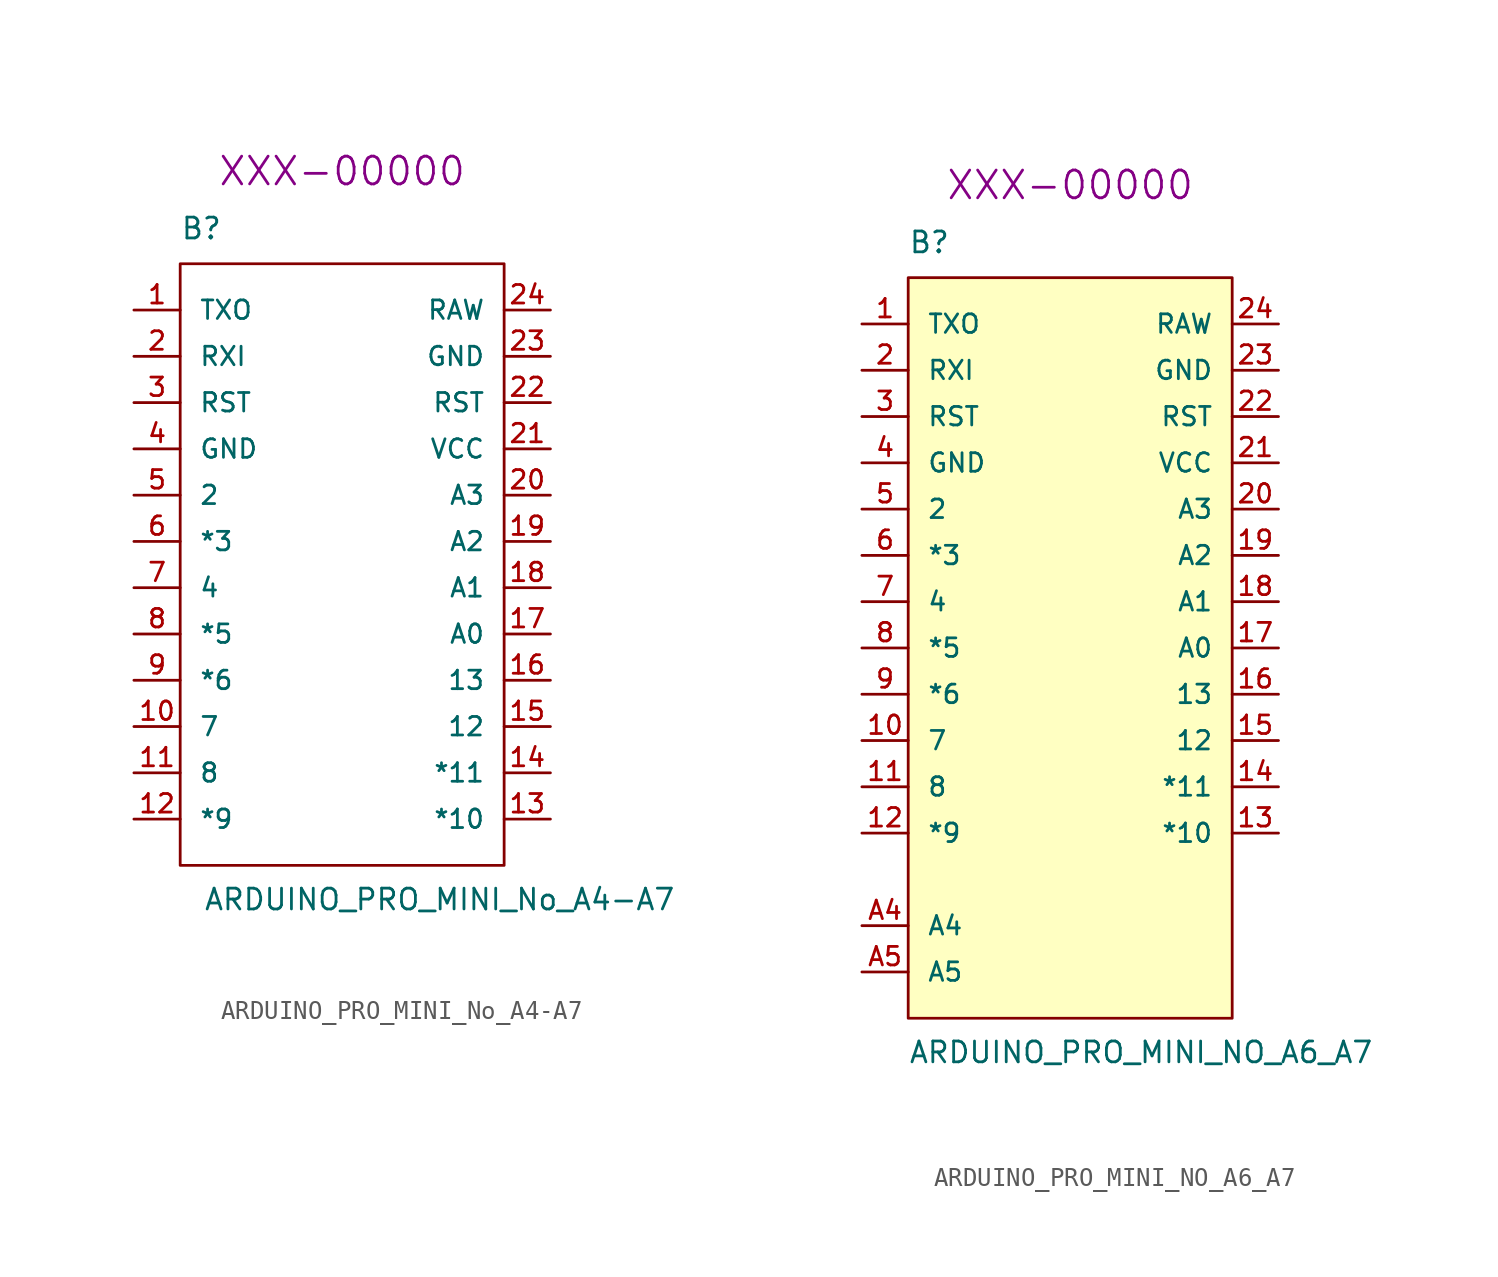
<source format=kicad_sym>
(kicad_symbol_lib
  (version 20211014)
  (generator kicad_symbol_editor)
  (symbol "ARDUINO_PRO_MINI_No_A4-A7"
    (pin_names
      (offset 1.016))
    (property "Reference" "B"
      (at -8.89 21.59 0)
      (effects (font (size 1.143 1.143)) (justify left bottom)))
    (property "Value" "ARDUINO_PRO_MINI_No_A4-A7"
      (at -7.62 -15.24 0)
      (effects (font (size 1.143 1.143)) (justify left bottom)))
    (property "Field4" "XXX-00000"
      (at 0 25.4 0)
      (effects (font (size 1.524 1.524))))
    (property "ki_locked" ""
      (at 0 0 0)
      (effects (font (size 1.27 1.27))))
    (symbol "ARDUINO_PRO_MINI_No_A4-A7_1_1"
      (rectangle (start -8.89 -12.7) (end 8.89 20.32) (stroke (width 0) (type default) (color 0 0 0 0)) (fill (type none)))
      (pin bidirectional line (at -11.43 17.78 0) (length 2.54) (name "TXO" (effects (font (size 1.016 1.016)))) (number "1" (effects (font (size 1.016 1.016)))))
      (pin bidirectional line (at -11.43 -5.08 0) (length 2.54) (name "7" (effects (font (size 1.016 1.016)))) (number "10" (effects (font (size 1.016 1.016)))))
      (pin bidirectional line (at -11.43 -7.62 0) (length 2.54) (name "8" (effects (font (size 1.016 1.016)))) (number "11" (effects (font (size 1.016 1.016)))))
      (pin bidirectional line (at -11.43 -10.16 0) (length 2.54) (name "*9" (effects (font (size 1.016 1.016)))) (number "12" (effects (font (size 1.016 1.016)))))
      (pin bidirectional line (at 11.43 -10.16 180) (length 2.54) (name "*10" (effects (font (size 1.016 1.016)))) (number "13" (effects (font (size 1.016 1.016)))))
      (pin bidirectional line (at 11.43 -7.62 180) (length 2.54) (name "*11" (effects (font (size 1.016 1.016)))) (number "14" (effects (font (size 1.016 1.016)))))
      (pin bidirectional line (at 11.43 -5.08 180) (length 2.54) (name "12" (effects (font (size 1.016 1.016)))) (number "15" (effects (font (size 1.016 1.016)))))
      (pin bidirectional line (at 11.43 -2.54 180) (length 2.54) (name "13" (effects (font (size 1.016 1.016)))) (number "16" (effects (font (size 1.016 1.016)))))
      (pin bidirectional line (at 11.43 0 180) (length 2.54) (name "A0" (effects (font (size 1.016 1.016)))) (number "17" (effects (font (size 1.016 1.016)))))
      (pin bidirectional line (at 11.43 2.54 180) (length 2.54) (name "A1" (effects (font (size 1.016 1.016)))) (number "18" (effects (font (size 1.016 1.016)))))
      (pin bidirectional line (at 11.43 5.08 180) (length 2.54) (name "A2" (effects (font (size 1.016 1.016)))) (number "19" (effects (font (size 1.016 1.016)))))
      (pin bidirectional line (at -11.43 15.24 0) (length 2.54) (name "RXI" (effects (font (size 1.016 1.016)))) (number "2" (effects (font (size 1.016 1.016)))))
      (pin bidirectional line (at 11.43 7.62 180) (length 2.54) (name "A3" (effects (font (size 1.016 1.016)))) (number "20" (effects (font (size 1.016 1.016)))))
      (pin power_in line (at 11.43 10.16 180) (length 2.54) (name "VCC" (effects (font (size 1.016 1.016)))) (number "21" (effects (font (size 1.016 1.016)))))
      (pin bidirectional line (at 11.43 12.7 180) (length 2.54) (name "RST" (effects (font (size 1.016 1.016)))) (number "22" (effects (font (size 1.016 1.016)))))
      (pin power_in line (at 11.43 15.24 180) (length 2.54) (name "GND" (effects (font (size 1.016 1.016)))) (number "23" (effects (font (size 1.016 1.016)))))
      (pin power_in line (at 11.43 17.78 180) (length 2.54) (name "RAW" (effects (font (size 1.016 1.016)))) (number "24" (effects (font (size 1.016 1.016)))))
      (pin bidirectional line (at -11.43 12.7 0) (length 2.54) (name "RST" (effects (font (size 1.016 1.016)))) (number "3" (effects (font (size 1.016 1.016)))))
      (pin power_in line (at -11.43 10.16 0) (length 2.54) (name "GND" (effects (font (size 1.016 1.016)))) (number "4" (effects (font (size 1.016 1.016)))))
      (pin bidirectional line (at -11.43 7.62 0) (length 2.54) (name "2" (effects (font (size 1.016 1.016)))) (number "5" (effects (font (size 1.016 1.016)))))
      (pin bidirectional line (at -11.43 5.08 0) (length 2.54) (name "*3" (effects (font (size 1.016 1.016)))) (number "6" (effects (font (size 1.016 1.016)))))
      (pin bidirectional line (at -11.43 2.54 0) (length 2.54) (name "4" (effects (font (size 1.016 1.016)))) (number "7" (effects (font (size 1.016 1.016)))))
      (pin bidirectional line (at -11.43 0 0) (length 2.54) (name "*5" (effects (font (size 1.016 1.016)))) (number "8" (effects (font (size 1.016 1.016)))))
      (pin bidirectional line (at -11.43 -2.54 0) (length 2.54) (name "*6" (effects (font (size 1.016 1.016)))) (number "9" (effects (font (size 1.016 1.016)))))))
  (symbol "ARDUINO_PRO_MINI_NO_A6_A7"
    (pin_names
      (offset 1.016))
    (property "Reference" "B"
      (at -8.89 21.59 0)
      (effects (font (size 1.143 1.143)) (justify left bottom)))
    (property "Value" "ARDUINO_PRO_MINI_NO_A6_A7"
      (at -8.89 -22.86 0)
      (effects (font (size 1.143 1.143)) (justify left bottom)))
    (property "Field4" "XXX-00000"
      (at 0 25.4 0)
      (effects (font (size 1.524 1.524))))
    (property "ki_locked" ""
      (at 0 0 0)
      (effects (font (size 1.27 1.27))))
    (symbol "ARDUINO_PRO_MINI_NO_A6_A7_1_1"
      (polyline (pts (xy -8.89 20.32) (xy -8.89 -20.32) (xy 8.89 -20.32) (xy 8.89 20.32) (xy -8.89 20.32)) (stroke (width 0) (type default) (color 0 0 0 0)) (fill (type background)))
      (pin bidirectional line (at -11.43 17.78 0) (length 2.54) (name "TXO" (effects (font (size 1.016 1.016)))) (number "1" (effects (font (size 1.016 1.016)))))
      (pin bidirectional line (at -11.43 -5.08 0) (length 2.54) (name "7" (effects (font (size 1.016 1.016)))) (number "10" (effects (font (size 1.016 1.016)))))
      (pin bidirectional line (at -11.43 -7.62 0) (length 2.54) (name "8" (effects (font (size 1.016 1.016)))) (number "11" (effects (font (size 1.016 1.016)))))
      (pin bidirectional line (at -11.43 -10.16 0) (length 2.54) (name "*9" (effects (font (size 1.016 1.016)))) (number "12" (effects (font (size 1.016 1.016)))))
      (pin bidirectional line (at 11.43 -10.16 180) (length 2.54) (name "*10" (effects (font (size 1.016 1.016)))) (number "13" (effects (font (size 1.016 1.016)))))
      (pin bidirectional line (at 11.43 -7.62 180) (length 2.54) (name "*11" (effects (font (size 1.016 1.016)))) (number "14" (effects (font (size 1.016 1.016)))))
      (pin bidirectional line (at 11.43 -5.08 180) (length 2.54) (name "12" (effects (font (size 1.016 1.016)))) (number "15" (effects (font (size 1.016 1.016)))))
      (pin bidirectional line (at 11.43 -2.54 180) (length 2.54) (name "13" (effects (font (size 1.016 1.016)))) (number "16" (effects (font (size 1.016 1.016)))))
      (pin bidirectional line (at 11.43 0 180) (length 2.54) (name "A0" (effects (font (size 1.016 1.016)))) (number "17" (effects (font (size 1.016 1.016)))))
      (pin bidirectional line (at 11.43 2.54 180) (length 2.54) (name "A1" (effects (font (size 1.016 1.016)))) (number "18" (effects (font (size 1.016 1.016)))))
      (pin bidirectional line (at 11.43 5.08 180) (length 2.54) (name "A2" (effects (font (size 1.016 1.016)))) (number "19" (effects (font (size 1.016 1.016)))))
      (pin bidirectional line (at -11.43 15.24 0) (length 2.54) (name "RXI" (effects (font (size 1.016 1.016)))) (number "2" (effects (font (size 1.016 1.016)))))
      (pin bidirectional line (at 11.43 7.62 180) (length 2.54) (name "A3" (effects (font (size 1.016 1.016)))) (number "20" (effects (font (size 1.016 1.016)))))
      (pin power_in line (at 11.43 10.16 180) (length 2.54) (name "VCC" (effects (font (size 1.016 1.016)))) (number "21" (effects (font (size 1.016 1.016)))))
      (pin bidirectional line (at 11.43 12.7 180) (length 2.54) (name "RST" (effects (font (size 1.016 1.016)))) (number "22" (effects (font (size 1.016 1.016)))))
      (pin power_in line (at 11.43 15.24 180) (length 2.54) (name "GND" (effects (font (size 1.016 1.016)))) (number "23" (effects (font (size 1.016 1.016)))))
      (pin power_in line (at 11.43 17.78 180) (length 2.54) (name "RAW" (effects (font (size 1.016 1.016)))) (number "24" (effects (font (size 1.016 1.016)))))
      (pin bidirectional line (at -11.43 12.7 0) (length 2.54) (name "RST" (effects (font (size 1.016 1.016)))) (number "3" (effects (font (size 1.016 1.016)))))
      (pin power_in line (at -11.43 10.16 0) (length 2.54) (name "GND" (effects (font (size 1.016 1.016)))) (number "4" (effects (font (size 1.016 1.016)))))
      (pin bidirectional line (at -11.43 7.62 0) (length 2.54) (name "2" (effects (font (size 1.016 1.016)))) (number "5" (effects (font (size 1.016 1.016)))))
      (pin bidirectional line (at -11.43 5.08 0) (length 2.54) (name "*3" (effects (font (size 1.016 1.016)))) (number "6" (effects (font (size 1.016 1.016)))))
      (pin bidirectional line (at -11.43 2.54 0) (length 2.54) (name "4" (effects (font (size 1.016 1.016)))) (number "7" (effects (font (size 1.016 1.016)))))
      (pin bidirectional line (at -11.43 0 0) (length 2.54) (name "*5" (effects (font (size 1.016 1.016)))) (number "8" (effects (font (size 1.016 1.016)))))
      (pin bidirectional line (at -11.43 -2.54 0) (length 2.54) (name "*6" (effects (font (size 1.016 1.016)))) (number "9" (effects (font (size 1.016 1.016)))))
      (pin bidirectional line (at -11.43 -15.24 0) (length 2.54) (name "A4" (effects (font (size 1.016 1.016)))) (number "A4" (effects (font (size 1.016 1.016)))))
      (pin bidirectional line (at -11.43 -17.78 0) (length 2.54) (name "A5" (effects (font (size 1.016 1.016)))) (number "A5" (effects (font (size 1.016 1.016))))))))
</source>
